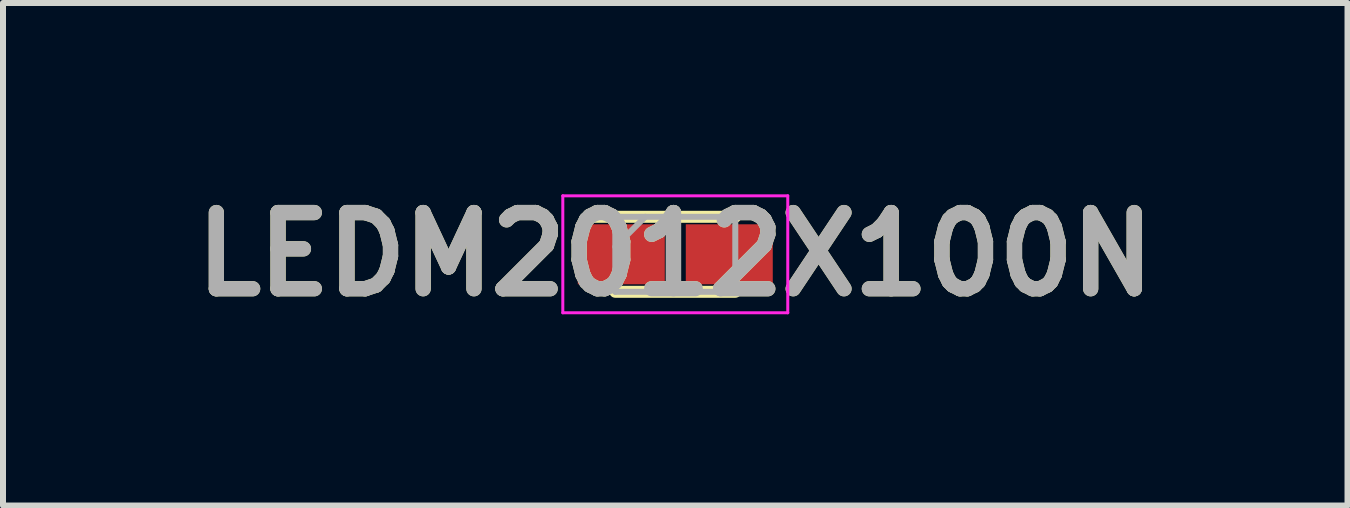
<source format=kicad_pcb>
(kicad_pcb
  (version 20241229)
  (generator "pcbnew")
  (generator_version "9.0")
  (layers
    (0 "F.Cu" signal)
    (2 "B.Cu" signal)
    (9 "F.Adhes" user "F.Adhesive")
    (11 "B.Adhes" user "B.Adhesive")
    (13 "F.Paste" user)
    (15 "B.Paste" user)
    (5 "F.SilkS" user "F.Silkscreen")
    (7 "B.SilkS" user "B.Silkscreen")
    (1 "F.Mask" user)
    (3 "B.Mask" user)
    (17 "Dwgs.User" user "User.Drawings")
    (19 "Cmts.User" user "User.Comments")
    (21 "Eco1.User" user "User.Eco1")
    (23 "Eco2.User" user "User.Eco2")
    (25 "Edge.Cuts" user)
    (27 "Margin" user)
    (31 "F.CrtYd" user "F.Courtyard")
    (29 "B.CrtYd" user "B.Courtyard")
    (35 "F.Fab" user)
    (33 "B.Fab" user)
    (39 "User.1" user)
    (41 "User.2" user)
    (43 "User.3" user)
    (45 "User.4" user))
  (footprint "LEDM2012X100N"
    (layer "F.Cu")
    (at 8.207 1.189)
    (property "Reference" "LEDM2012X100N" (at 0 0 0) (layer "F.SilkS") (effects (font (size 1.27 1.27) (thickness 0.254))))
    (attr smd)
    (fp_line (start -1 0.625) (end 1 0.625) (stroke (width 0.2) (type solid)) (layer "F.SilkS"))
    (fp_line (start 1 -0.625) (end -1.4 -0.625) (stroke (width 0.2) (type solid)) (layer "F.SilkS"))
    (fp_line (start -1.875 -0.975) (end 1.875 -0.975) (stroke (width 0.05) (type solid)) (layer "F.CrtYd"))
    (fp_line (start -1.875 0.975) (end -1.875 -0.975) (stroke (width 0.05) (type solid)) (layer "F.CrtYd"))
    (fp_line (start 1.875 -0.975) (end 1.875 0.975) (stroke (width 0.05) (type solid)) (layer "F.CrtYd"))
    (fp_line (start 1.875 0.975) (end -1.875 0.975) (stroke (width 0.05) (type solid)) (layer "F.CrtYd"))
    (fp_line (start -1 -0.625) (end 1 -0.625) (stroke (width 0.1) (type solid)) (layer "F.Fab"))
    (fp_line (start -1 -0.125) (end -0.5 -0.625) (stroke (width 0.1) (type solid)) (layer "F.Fab"))
    (fp_line (start -1 0.625) (end -1 -0.625) (stroke (width 0.1) (type solid)) (layer "F.Fab"))
    (fp_line (start 1 -0.625) (end 1 0.625) (stroke (width 0.1) (type solid)) (layer "F.Fab"))
    (fp_line (start 1 0.625) (end -1 0.625) (stroke (width 0.1) (type solid)) (layer "F.Fab"))
    (fp_text user "${REFERENCE}" (at 0 0 0) (layer "F.Fab") (effects (font (size 1.27 1.27) (thickness 0.254))))
    (pad "1" smd rect (at -0.9 0 90) (size 1 1.45) (layers "F.Cu" "F.Mask" "F.Paste"))
    (pad "2" smd rect (at 0.9 0 90) (size 1 1.45) (layers "F.Cu" "F.Mask" "F.Paste")))
  (gr_rect
    (start -3 -3)
    (end 19.413 5.377)
    (stroke (width 0.1) (type default))
    (fill no)
    (layer "Edge.Cuts")))
</source>
